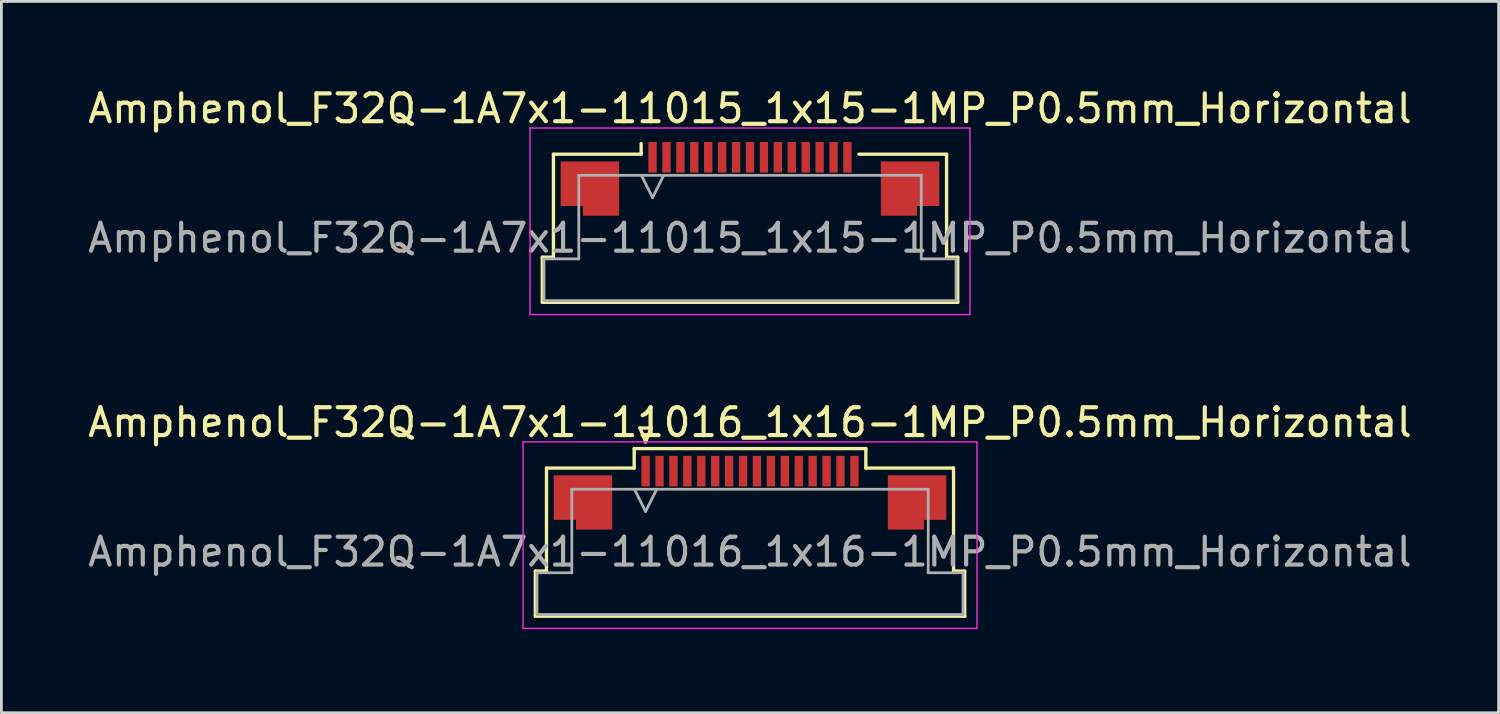
<source format=kicad_pcb>
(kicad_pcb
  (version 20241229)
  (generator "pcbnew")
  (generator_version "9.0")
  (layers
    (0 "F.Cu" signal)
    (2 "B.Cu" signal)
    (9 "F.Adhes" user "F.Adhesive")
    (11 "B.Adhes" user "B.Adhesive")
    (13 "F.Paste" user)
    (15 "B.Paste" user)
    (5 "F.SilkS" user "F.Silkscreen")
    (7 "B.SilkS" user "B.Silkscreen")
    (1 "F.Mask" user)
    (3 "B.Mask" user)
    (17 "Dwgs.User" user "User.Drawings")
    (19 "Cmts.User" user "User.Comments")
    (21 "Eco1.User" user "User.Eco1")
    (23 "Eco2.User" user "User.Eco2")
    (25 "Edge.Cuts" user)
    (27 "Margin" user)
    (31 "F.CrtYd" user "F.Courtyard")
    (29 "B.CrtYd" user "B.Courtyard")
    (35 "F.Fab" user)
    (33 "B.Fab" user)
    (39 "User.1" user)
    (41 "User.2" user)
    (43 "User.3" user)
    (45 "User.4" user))
  (footprint "Amphenol_F32Q-1A7x1-11016_1x16-1MP_P0.5mm_Horizontal"
    (layer "F.Cu")
    (at 23.887 16.771)
    (property "Reference" "Amphenol_F32Q-1A7x1-11016_1x16-1MP_P0.5mm_Horizontal" (at 0 -4.65 0) (layer "F.SilkS") (effects (font (size 1 1) (thickness 0.15))))
    (attr smd)
    (fp_line (start -7.71 0.69) (end -7.31 0.69) (stroke (width 0.12) (type solid)) (layer "F.SilkS"))
    (fp_line (start -7.71 2.31) (end -7.71 0.69) (stroke (width 0.12) (type solid)) (layer "F.SilkS"))
    (fp_line (start -7.31 -3.01) (end -4.16 -3.01) (stroke (width 0.12) (type solid)) (layer "F.SilkS"))
    (fp_line (start -7.31 0.69) (end -7.31 -3.01) (stroke (width 0.12) (type solid)) (layer "F.SilkS"))
    (fp_line (start -4.16 -3.71) (end 4.16 -3.71) (stroke (width 0.12) (type solid)) (layer "F.SilkS"))
    (fp_line (start -4.16 -3.01) (end -4.16 -3.71) (stroke (width 0.12) (type solid)) (layer "F.SilkS"))
    (fp_line (start -3.95 -4.45) (end -3.75 -3.95) (stroke (width 0.12) (type solid)) (layer "F.SilkS"))
    (fp_line (start -3.75 -3.95) (end -3.55 -4.45) (stroke (width 0.12) (type solid)) (layer "F.SilkS"))
    (fp_line (start -3.55 -4.45) (end -3.95 -4.45) (stroke (width 0.12) (type solid)) (layer "F.SilkS"))
    (fp_line (start 4.16 -3.71) (end 4.16 -3.01) (stroke (width 0.12) (type solid)) (layer "F.SilkS"))
    (fp_line (start 4.16 -3.01) (end 7.31 -3.01) (stroke (width 0.12) (type solid)) (layer "F.SilkS"))
    (fp_line (start 7.31 -3.01) (end 7.31 0.69) (stroke (width 0.12) (type solid)) (layer "F.SilkS"))
    (fp_line (start 7.31 0.69) (end 7.71 0.69) (stroke (width 0.12) (type solid)) (layer "F.SilkS"))
    (fp_line (start 7.71 0.69) (end 7.71 2.31) (stroke (width 0.12) (type solid)) (layer "F.SilkS"))
    (fp_line (start 7.71 2.31) (end -7.71 2.31) (stroke (width 0.12) (type solid)) (layer "F.SilkS"))
    (fp_line (start -8.15 -3.95) (end -8.15 2.75) (stroke (width 0.05) (type solid)) (layer "F.CrtYd"))
    (fp_line (start -8.15 2.75) (end 8.15 2.75) (stroke (width 0.05) (type solid)) (layer "F.CrtYd"))
    (fp_line (start 8.15 -3.95) (end -8.15 -3.95) (stroke (width 0.05) (type solid)) (layer "F.CrtYd"))
    (fp_line (start 8.15 2.75) (end 8.15 -3.95) (stroke (width 0.05) (type solid)) (layer "F.CrtYd"))
    (fp_line (start -7.65 0.75) (end -6.4 0.75) (stroke (width 0.1) (type solid)) (layer "F.Fab"))
    (fp_line (start -7.65 2.25) (end -7.65 0.75) (stroke (width 0.1) (type solid)) (layer "F.Fab"))
    (fp_line (start -6.4 -2.25) (end 6.4 -2.25) (stroke (width 0.1) (type solid)) (layer "F.Fab"))
    (fp_line (start -6.4 0.75) (end -6.4 -2.25) (stroke (width 0.1) (type solid)) (layer "F.Fab"))
    (fp_line (start -4.15 -2.25) (end -3.75 -1.45) (stroke (width 0.1) (type solid)) (layer "F.Fab"))
    (fp_line (start -3.75 -1.45) (end -3.35 -2.25) (stroke (width 0.1) (type solid)) (layer "F.Fab"))
    (fp_line (start 6.4 -2.25) (end 6.4 0.75) (stroke (width 0.1) (type solid)) (layer "F.Fab"))
    (fp_line (start 6.4 0.75) (end 7.65 0.75) (stroke (width 0.1) (type solid)) (layer "F.Fab"))
    (fp_line (start 7.65 0.75) (end 7.65 2.25) (stroke (width 0.1) (type solid)) (layer "F.Fab"))
    (fp_line (start 7.65 2.25) (end -7.65 2.25) (stroke (width 0.1) (type solid)) (layer "F.Fab"))
    (fp_text user "${REFERENCE}" (at 0 0 0) (layer "F.Fab") (effects (font (size 1 1) (thickness 0.15))))
    (pad "1" smd rect (at -3.75 -2.9) (size 0.3 1.1) (layers "F.Cu" "F.Mask" "F.Paste"))
    (pad "2" smd rect (at -3.25 -2.9) (size 0.3 1.1) (layers "F.Cu" "F.Mask" "F.Paste"))
    (pad "3" smd rect (at -2.75 -2.9) (size 0.3 1.1) (layers "F.Cu" "F.Mask" "F.Paste"))
    (pad "4" smd rect (at -2.25 -2.9) (size 0.3 1.1) (layers "F.Cu" "F.Mask" "F.Paste"))
    (pad "5" smd rect (at -1.75 -2.9) (size 0.3 1.1) (layers "F.Cu" "F.Mask" "F.Paste"))
    (pad "6" smd rect (at -1.25 -2.9) (size 0.3 1.1) (layers "F.Cu" "F.Mask" "F.Paste"))
    (pad "7" smd rect (at -0.75 -2.9) (size 0.3 1.1) (layers "F.Cu" "F.Mask" "F.Paste"))
    (pad "8" smd rect (at -0.25 -2.9) (size 0.3 1.1) (layers "F.Cu" "F.Mask" "F.Paste"))
    (pad "9" smd rect (at 0.25 -2.9) (size 0.3 1.1) (layers "F.Cu" "F.Mask" "F.Paste"))
    (pad "10" smd rect (at 0.75 -2.9) (size 0.3 1.1) (layers "F.Cu" "F.Mask" "F.Paste"))
    (pad "11" smd rect (at 1.25 -2.9) (size 0.3 1.1) (layers "F.Cu" "F.Mask" "F.Paste"))
    (pad "12" smd rect (at 1.75 -2.9) (size 0.3 1.1) (layers "F.Cu" "F.Mask" "F.Paste"))
    (pad "13" smd rect (at 2.25 -2.9) (size 0.3 1.1) (layers "F.Cu" "F.Mask" "F.Paste"))
    (pad "14" smd rect (at 2.75 -2.9) (size 0.3 1.1) (layers "F.Cu" "F.Mask" "F.Paste"))
    (pad "15" smd rect (at 3.25 -2.9) (size 0.3 1.1) (layers "F.Cu" "F.Mask" "F.Paste"))
    (pad "16" smd rect (at 3.75 -2.9) (size 0.3 1.1) (layers "F.Cu" "F.Mask" "F.Paste"))
    (pad "MP" smd custom (at -6 -1.775) (size 1 1) (layers "F.Cu" "F.Mask" "F.Paste") (options (anchor circle)) (primitives (gr_poly (pts (xy 1.05 -0.975) (xy 1.05 0.975) (xy -0.25 0.975) (xy -0.25 0.625) (xy -1.05 0.625) (xy -1.05 -0.975) (xy 1.05 -0.975)) (width 0) (fill yes))))
    (pad "MP" smd custom (at 6 -1.775) (size 1 1) (layers "F.Cu" "F.Mask" "F.Paste") (options (anchor circle)) (primitives (gr_poly (pts (xy -1.05 -0.975) (xy -1.05 0.975) (xy 0.25 0.975) (xy 0.25 0.625) (xy 1.05 0.625) (xy 1.05 -0.975) (xy -1.05 -0.975)) (width 0) (fill yes)))))
  (footprint "Amphenol_F32Q-1A7x1-11015_1x15-1MP_P0.5mm_Horizontal"
    (layer "F.Cu")
    (at 23.887 5.498)
    (property "Reference" "Amphenol_F32Q-1A7x1-11015_1x15-1MP_P0.5mm_Horizontal" (at 0 -4.65 0) (layer "F.SilkS") (effects (font (size 1 1) (thickness 0.15))))
    (attr smd)
    (fp_line (start -7.46 0.69) (end -7.06 0.69) (stroke (width 0.12) (type solid)) (layer "F.SilkS"))
    (fp_line (start -7.46 2.31) (end -7.46 0.69) (stroke (width 0.12) (type solid)) (layer "F.SilkS"))
    (fp_line (start -7.06 -3.01) (end -3.91 -3.01) (stroke (width 0.12) (type solid)) (layer "F.SilkS"))
    (fp_line (start -7.06 0.69) (end -7.06 -3.01) (stroke (width 0.12) (type solid)) (layer "F.SilkS"))
    (fp_line (start -3.91 -3.01) (end -3.91 -3.39) (stroke (width 0.12) (type solid)) (layer "F.SilkS"))
    (fp_line (start 3.91 -3.01) (end 7.06 -3.01) (stroke (width 0.12) (type solid)) (layer "F.SilkS"))
    (fp_line (start 7.06 -3.01) (end 7.06 0.69) (stroke (width 0.12) (type solid)) (layer "F.SilkS"))
    (fp_line (start 7.06 0.69) (end 7.46 0.69) (stroke (width 0.12) (type solid)) (layer "F.SilkS"))
    (fp_line (start 7.46 0.69) (end 7.46 2.31) (stroke (width 0.12) (type solid)) (layer "F.SilkS"))
    (fp_line (start 7.46 2.31) (end -7.46 2.31) (stroke (width 0.12) (type solid)) (layer "F.SilkS"))
    (fp_line (start -7.9 -3.95) (end -7.9 2.75) (stroke (width 0.05) (type solid)) (layer "F.CrtYd"))
    (fp_line (start -7.9 2.75) (end 7.9 2.75) (stroke (width 0.05) (type solid)) (layer "F.CrtYd"))
    (fp_line (start 7.9 -3.95) (end -7.9 -3.95) (stroke (width 0.05) (type solid)) (layer "F.CrtYd"))
    (fp_line (start 7.9 2.75) (end 7.9 -3.95) (stroke (width 0.05) (type solid)) (layer "F.CrtYd"))
    (fp_line (start -7.4 0.75) (end -6.15 0.75) (stroke (width 0.1) (type solid)) (layer "F.Fab"))
    (fp_line (start -7.4 2.25) (end -7.4 0.75) (stroke (width 0.1) (type solid)) (layer "F.Fab"))
    (fp_line (start -6.15 -2.25) (end 6.15 -2.25) (stroke (width 0.1) (type solid)) (layer "F.Fab"))
    (fp_line (start -6.15 0.75) (end -6.15 -2.25) (stroke (width 0.1) (type solid)) (layer "F.Fab"))
    (fp_line (start -3.9 -2.25) (end -3.5 -1.45) (stroke (width 0.1) (type solid)) (layer "F.Fab"))
    (fp_line (start -3.5 -1.45) (end -3.1 -2.25) (stroke (width 0.1) (type solid)) (layer "F.Fab"))
    (fp_line (start 6.15 -2.25) (end 6.15 0.75) (stroke (width 0.1) (type solid)) (layer "F.Fab"))
    (fp_line (start 6.15 0.75) (end 7.4 0.75) (stroke (width 0.1) (type solid)) (layer "F.Fab"))
    (fp_line (start 7.4 0.75) (end 7.4 2.25) (stroke (width 0.1) (type solid)) (layer "F.Fab"))
    (fp_line (start 7.4 2.25) (end -7.4 2.25) (stroke (width 0.1) (type solid)) (layer "F.Fab"))
    (fp_text user "${REFERENCE}" (at 0 0 0) (layer "F.Fab") (effects (font (size 1 1) (thickness 0.15))))
    (pad "1" smd rect (at -3.5 -2.9) (size 0.3 1.1) (layers "F.Cu" "F.Mask" "F.Paste"))
    (pad "2" smd rect (at -3 -2.9) (size 0.3 1.1) (layers "F.Cu" "F.Mask" "F.Paste"))
    (pad "3" smd rect (at -2.5 -2.9) (size 0.3 1.1) (layers "F.Cu" "F.Mask" "F.Paste"))
    (pad "4" smd rect (at -2 -2.9) (size 0.3 1.1) (layers "F.Cu" "F.Mask" "F.Paste"))
    (pad "5" smd rect (at -1.5 -2.9) (size 0.3 1.1) (layers "F.Cu" "F.Mask" "F.Paste"))
    (pad "6" smd rect (at -1 -2.9) (size 0.3 1.1) (layers "F.Cu" "F.Mask" "F.Paste"))
    (pad "7" smd rect (at -0.5 -2.9) (size 0.3 1.1) (layers "F.Cu" "F.Mask" "F.Paste"))
    (pad "8" smd rect (at 0 -2.9) (size 0.3 1.1) (layers "F.Cu" "F.Mask" "F.Paste"))
    (pad "9" smd rect (at 0.5 -2.9) (size 0.3 1.1) (layers "F.Cu" "F.Mask" "F.Paste"))
    (pad "10" smd rect (at 1 -2.9) (size 0.3 1.1) (layers "F.Cu" "F.Mask" "F.Paste"))
    (pad "11" smd rect (at 1.5 -2.9) (size 0.3 1.1) (layers "F.Cu" "F.Mask" "F.Paste"))
    (pad "12" smd rect (at 2 -2.9) (size 0.3 1.1) (layers "F.Cu" "F.Mask" "F.Paste"))
    (pad "13" smd rect (at 2.5 -2.9) (size 0.3 1.1) (layers "F.Cu" "F.Mask" "F.Paste"))
    (pad "14" smd rect (at 3 -2.9) (size 0.3 1.1) (layers "F.Cu" "F.Mask" "F.Paste"))
    (pad "15" smd rect (at 3.5 -2.9) (size 0.3 1.1) (layers "F.Cu" "F.Mask" "F.Paste"))
    (pad "MP" smd custom (at -5.75 -1.775) (size 1 1) (layers "F.Cu" "F.Mask" "F.Paste") (options (anchor circle)) (primitives (gr_poly (pts (xy 1.05 -0.975) (xy 1.05 0.975) (xy -0.25 0.975) (xy -0.25 0.625) (xy -1.05 0.625) (xy -1.05 -0.975) (xy 1.05 -0.975)) (width 0) (fill yes))))
    (pad "MP" smd custom (at 5.75 -1.775) (size 1 1) (layers "F.Cu" "F.Mask" "F.Paste") (options (anchor circle)) (primitives (gr_poly (pts (xy -1.05 -0.975) (xy -1.05 0.975) (xy 0.25 0.975) (xy 0.25 0.625) (xy 1.05 0.625) (xy 1.05 -0.975) (xy -1.05 -0.975)) (width 0) (fill yes)))))
  (gr_rect
    (start -3 -3)
    (end 50.774 22.547)
    (stroke (width 0.1) (type default))
    (fill no)
    (layer "Edge.Cuts")))
</source>
